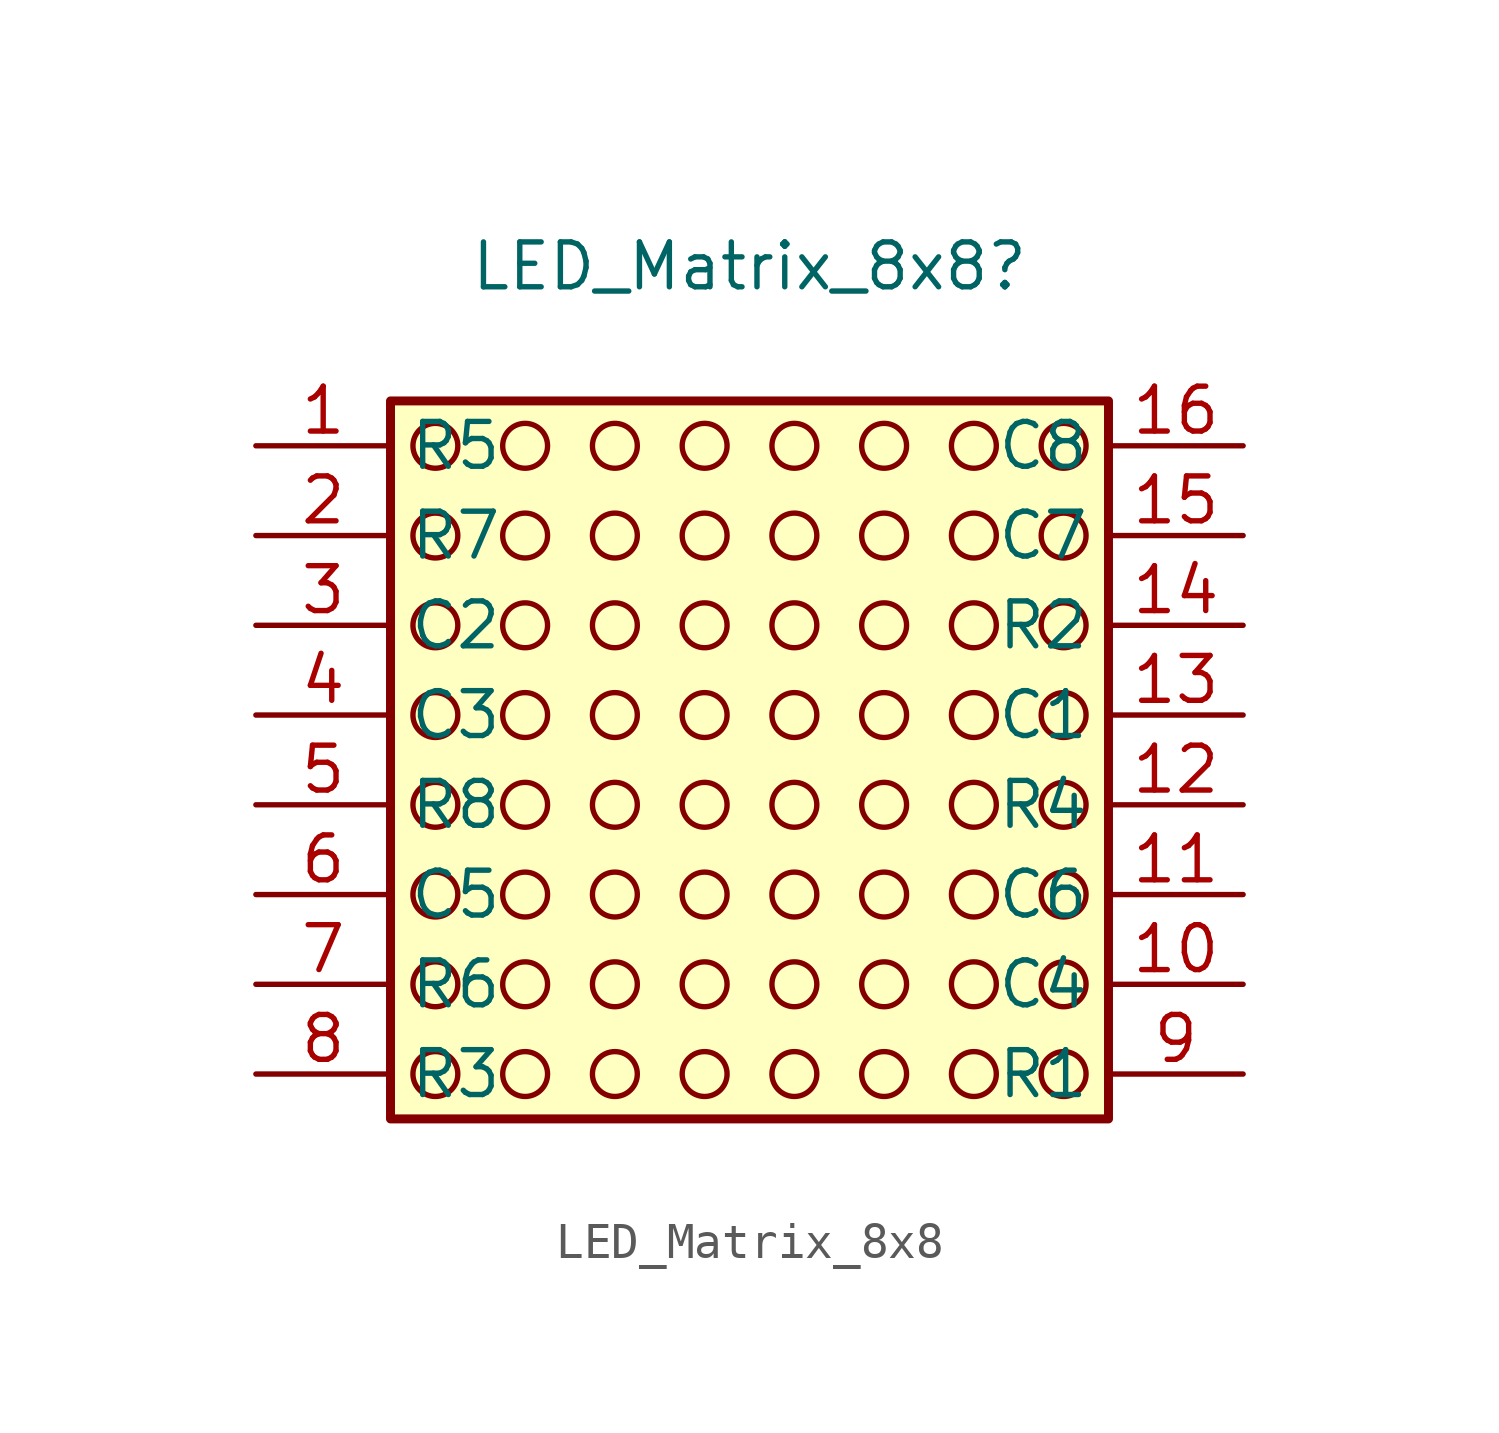
<source format=kicad_sym>
(kicad_symbol_lib
  (version 20231120)
  (generator "kicad_symbol_editor")
  (generator_version "8.0")
  (symbol "LED_Matrix_8x8"
    (property "Reference" "LED_Matrix_8x8"
      (at 0 13.97 0)
      (effects (font (size 1.27 1.27))))
    (property "Value" ""
      (at 1.27 1.27 0)
      (effects (font (size 1.27 1.27))))
    (symbol "LED_Matrix_8x8_0_1"
      (circle (center -8.89 -8.89) (radius 0.635) (stroke (width 0) (type default)) (fill (type none)))
      (circle (center -8.89 -6.35) (radius 0.635) (stroke (width 0) (type default)) (fill (type none)))
      (circle (center -8.89 -3.81) (radius 0.635) (stroke (width 0) (type default)) (fill (type none)))
      (circle (center -8.89 -1.27) (radius 0.635) (stroke (width 0) (type default)) (fill (type none)))
      (circle (center -8.89 1.27) (radius 0.635) (stroke (width 0) (type default)) (fill (type none)))
      (circle (center -8.89 3.81) (radius 0.635) (stroke (width 0) (type default)) (fill (type none)))
      (circle (center -8.89 6.35) (radius 0.635) (stroke (width 0) (type default)) (fill (type none)))
      (circle (center -8.89 8.89) (radius 0.635) (stroke (width 0) (type default)) (fill (type none)))
      (circle (center -6.35 -8.89) (radius 0.635) (stroke (width 0) (type default)) (fill (type none)))
      (circle (center -6.35 -6.35) (radius 0.635) (stroke (width 0) (type default)) (fill (type none)))
      (circle (center -6.35 -3.81) (radius 0.635) (stroke (width 0) (type default)) (fill (type none)))
      (circle (center -6.35 -1.27) (radius 0.635) (stroke (width 0) (type default)) (fill (type none)))
      (circle (center -6.35 1.27) (radius 0.635) (stroke (width 0) (type default)) (fill (type none)))
      (circle (center -6.35 3.81) (radius 0.635) (stroke (width 0) (type default)) (fill (type none)))
      (circle (center -6.35 6.35) (radius 0.635) (stroke (width 0) (type default)) (fill (type none)))
      (circle (center -6.35 8.89) (radius 0.635) (stroke (width 0) (type default)) (fill (type none)))
      (circle (center -3.81 -8.89) (radius 0.635) (stroke (width 0) (type default)) (fill (type none)))
      (circle (center -3.81 -6.35) (radius 0.635) (stroke (width 0) (type default)) (fill (type none)))
      (circle (center -3.81 -3.81) (radius 0.635) (stroke (width 0) (type default)) (fill (type none)))
      (circle (center -3.81 -1.27) (radius 0.635) (stroke (width 0) (type default)) (fill (type none)))
      (circle (center -3.81 1.27) (radius 0.635) (stroke (width 0) (type default)) (fill (type none)))
      (circle (center -3.81 3.81) (radius 0.635) (stroke (width 0) (type default)) (fill (type none)))
      (circle (center -3.81 6.35) (radius 0.635) (stroke (width 0) (type default)) (fill (type none)))
      (circle (center -3.81 8.89) (radius 0.635) (stroke (width 0) (type default)) (fill (type none)))
      (circle (center -1.27 -8.89) (radius 0.635) (stroke (width 0) (type default)) (fill (type none)))
      (circle (center -1.27 -6.35) (radius 0.635) (stroke (width 0) (type default)) (fill (type none)))
      (circle (center -1.27 -3.81) (radius 0.635) (stroke (width 0) (type default)) (fill (type none)))
      (circle (center -1.27 -1.27) (radius 0.635) (stroke (width 0) (type default)) (fill (type none)))
      (circle (center -1.27 1.27) (radius 0.635) (stroke (width 0) (type default)) (fill (type none)))
      (circle (center -1.27 3.81) (radius 0.635) (stroke (width 0) (type default)) (fill (type none)))
      (circle (center -1.27 6.35) (radius 0.635) (stroke (width 0) (type default)) (fill (type none)))
      (circle (center -1.27 8.89) (radius 0.635) (stroke (width 0) (type default)) (fill (type none)))
      (circle (center 1.27 -8.89) (radius 0.635) (stroke (width 0) (type default)) (fill (type none)))
      (circle (center 1.27 -6.35) (radius 0.635) (stroke (width 0) (type default)) (fill (type none)))
      (circle (center 1.27 -3.81) (radius 0.635) (stroke (width 0) (type default)) (fill (type none)))
      (circle (center 1.27 -1.27) (radius 0.635) (stroke (width 0) (type default)) (fill (type none)))
      (circle (center 1.27 1.27) (radius 0.635) (stroke (width 0) (type default)) (fill (type none)))
      (circle (center 1.27 3.81) (radius 0.635) (stroke (width 0) (type default)) (fill (type none)))
      (circle (center 1.27 6.35) (radius 0.635) (stroke (width 0) (type default)) (fill (type none)))
      (circle (center 1.27 8.89) (radius 0.635) (stroke (width 0) (type default)) (fill (type none)))
      (circle (center 3.81 -8.89) (radius 0.635) (stroke (width 0) (type default)) (fill (type none)))
      (circle (center 3.81 -6.35) (radius 0.635) (stroke (width 0) (type default)) (fill (type none)))
      (circle (center 3.81 -3.81) (radius 0.635) (stroke (width 0) (type default)) (fill (type none)))
      (circle (center 3.81 -1.27) (radius 0.635) (stroke (width 0) (type default)) (fill (type none)))
      (circle (center 3.81 1.27) (radius 0.635) (stroke (width 0) (type default)) (fill (type none)))
      (circle (center 3.81 3.81) (radius 0.635) (stroke (width 0) (type default)) (fill (type none)))
      (circle (center 3.81 6.35) (radius 0.635) (stroke (width 0) (type default)) (fill (type none)))
      (circle (center 3.81 8.89) (radius 0.635) (stroke (width 0) (type default)) (fill (type none)))
      (circle (center 6.35 -8.89) (radius 0.635) (stroke (width 0) (type default)) (fill (type none)))
      (circle (center 6.35 -6.35) (radius 0.635) (stroke (width 0) (type default)) (fill (type none)))
      (circle (center 6.35 -3.81) (radius 0.635) (stroke (width 0) (type default)) (fill (type none)))
      (circle (center 6.35 -1.27) (radius 0.635) (stroke (width 0) (type default)) (fill (type none)))
      (circle (center 6.35 1.27) (radius 0.635) (stroke (width 0) (type default)) (fill (type none)))
      (circle (center 6.35 3.81) (radius 0.635) (stroke (width 0) (type default)) (fill (type none)))
      (circle (center 6.35 6.35) (radius 0.635) (stroke (width 0) (type default)) (fill (type none)))
      (circle (center 6.35 8.89) (radius 0.635) (stroke (width 0) (type default)) (fill (type none)))
      (circle (center 8.89 -8.89) (radius 0.635) (stroke (width 0) (type default)) (fill (type none)))
      (circle (center 8.89 -6.35) (radius 0.635) (stroke (width 0) (type default)) (fill (type none)))
      (circle (center 8.89 -3.81) (radius 0.635) (stroke (width 0) (type default)) (fill (type none)))
      (circle (center 8.89 -1.27) (radius 0.635) (stroke (width 0) (type default)) (fill (type none)))
      (circle (center 8.89 1.27) (radius 0.635) (stroke (width 0) (type default)) (fill (type none)))
      (circle (center 8.89 3.81) (radius 0.635) (stroke (width 0) (type default)) (fill (type none)))
      (circle (center 8.89 6.35) (radius 0.635) (stroke (width 0) (type default)) (fill (type none)))
      (circle (center 8.89 8.89) (radius 0.635) (stroke (width 0) (type default)) (fill (type none))))
    (symbol "LED_Matrix_8x8_1_1"
      (rectangle (start -10.16 10.16) (end 10.16 -10.16) (stroke (width 0.254) (type default)) (fill (type background)))
      (pin input line (at -13.97 8.89 0) (length 3.81) (name "R5" (effects (font (size 1.27 1.27)))) (number "1" (effects (font (size 1.27 1.27)))))
      (pin input line (at 13.97 -6.35 180) (length 3.81) (name "C4" (effects (font (size 1.27 1.27)))) (number "10" (effects (font (size 1.27 1.27)))))
      (pin input line (at 13.97 -3.81 180) (length 3.81) (name "C6" (effects (font (size 1.27 1.27)))) (number "11" (effects (font (size 1.27 1.27)))))
      (pin input line (at 13.97 -1.27 180) (length 3.81) (name "R4" (effects (font (size 1.27 1.27)))) (number "12" (effects (font (size 1.27 1.27)))))
      (pin input line (at 13.97 1.27 180) (length 3.81) (name "C1" (effects (font (size 1.27 1.27)))) (number "13" (effects (font (size 1.27 1.27)))))
      (pin input line (at 13.97 3.81 180) (length 3.81) (name "R2" (effects (font (size 1.27 1.27)))) (number "14" (effects (font (size 1.27 1.27)))))
      (pin input line (at 13.97 6.35 180) (length 3.81) (name "C7" (effects (font (size 1.27 1.27)))) (number "15" (effects (font (size 1.27 1.27)))))
      (pin input line (at 13.97 8.89 180) (length 3.81) (name "C8" (effects (font (size 1.27 1.27)))) (number "16" (effects (font (size 1.27 1.27)))))
      (pin input line (at -13.97 6.35 0) (length 3.81) (name "R7" (effects (font (size 1.27 1.27)))) (number "2" (effects (font (size 1.27 1.27)))))
      (pin input line (at -13.97 3.81 0) (length 3.81) (name "C2" (effects (font (size 1.27 1.27)))) (number "3" (effects (font (size 1.27 1.27)))))
      (pin input line (at -13.97 1.27 0) (length 3.81) (name "C3" (effects (font (size 1.27 1.27)))) (number "4" (effects (font (size 1.27 1.27)))))
      (pin input line (at -13.97 -1.27 0) (length 3.81) (name "R8" (effects (font (size 1.27 1.27)))) (number "5" (effects (font (size 1.27 1.27)))))
      (pin input line (at -13.97 -3.81 0) (length 3.81) (name "C5" (effects (font (size 1.27 1.27)))) (number "6" (effects (font (size 1.27 1.27)))))
      (pin input line (at -13.97 -6.35 0) (length 3.81) (name "R6" (effects (font (size 1.27 1.27)))) (number "7" (effects (font (size 1.27 1.27)))))
      (pin input line (at -13.97 -8.89 0) (length 3.81) (name "R3" (effects (font (size 1.27 1.27)))) (number "8" (effects (font (size 1.27 1.27)))))
      (pin input line (at 13.97 -8.89 180) (length 3.81) (name "R1" (effects (font (size 1.27 1.27)))) (number "9" (effects (font (size 1.27 1.27))))))))
</source>
